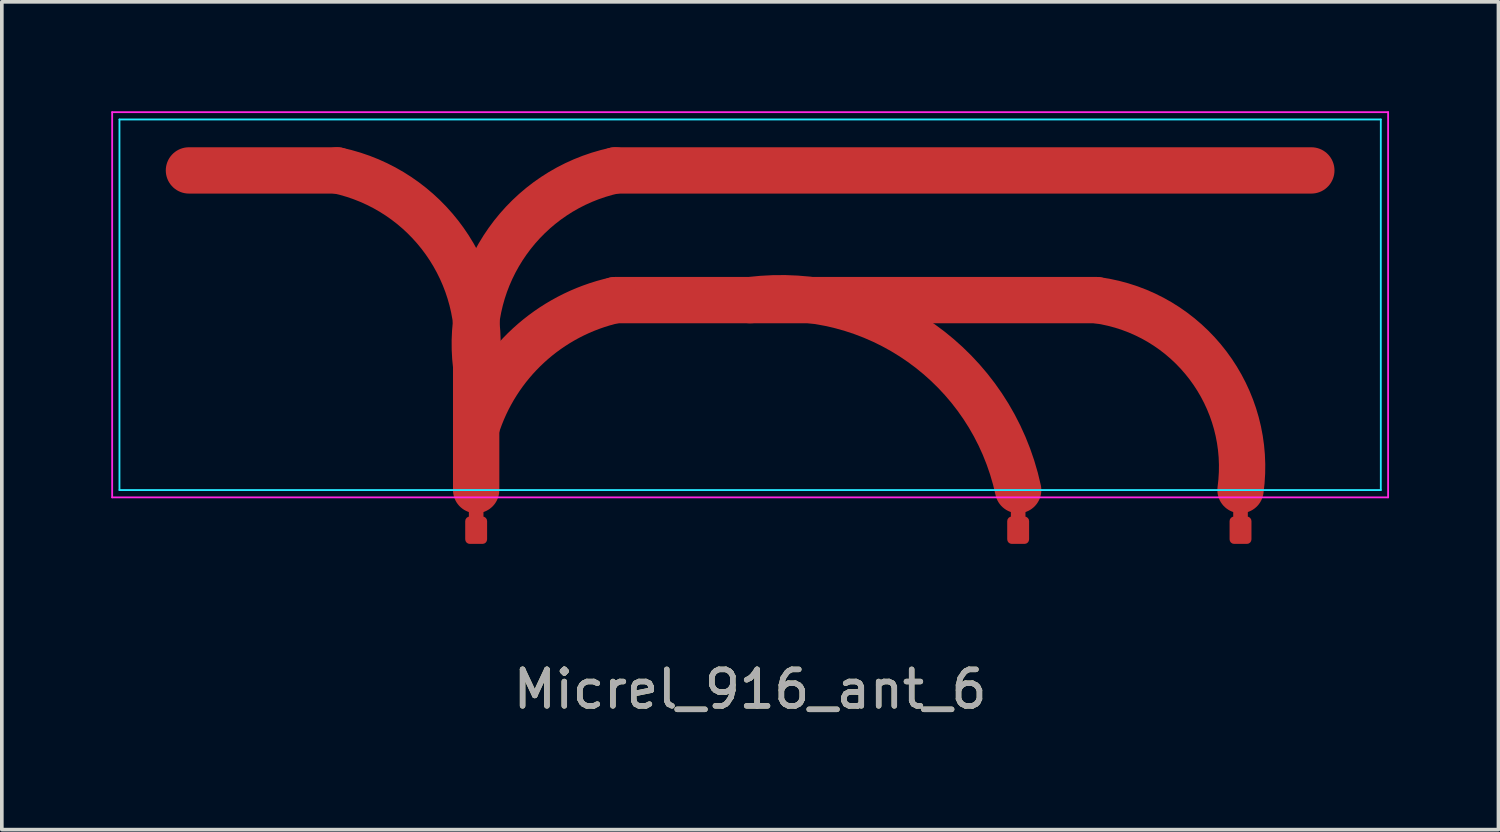
<source format=kicad_pcb>
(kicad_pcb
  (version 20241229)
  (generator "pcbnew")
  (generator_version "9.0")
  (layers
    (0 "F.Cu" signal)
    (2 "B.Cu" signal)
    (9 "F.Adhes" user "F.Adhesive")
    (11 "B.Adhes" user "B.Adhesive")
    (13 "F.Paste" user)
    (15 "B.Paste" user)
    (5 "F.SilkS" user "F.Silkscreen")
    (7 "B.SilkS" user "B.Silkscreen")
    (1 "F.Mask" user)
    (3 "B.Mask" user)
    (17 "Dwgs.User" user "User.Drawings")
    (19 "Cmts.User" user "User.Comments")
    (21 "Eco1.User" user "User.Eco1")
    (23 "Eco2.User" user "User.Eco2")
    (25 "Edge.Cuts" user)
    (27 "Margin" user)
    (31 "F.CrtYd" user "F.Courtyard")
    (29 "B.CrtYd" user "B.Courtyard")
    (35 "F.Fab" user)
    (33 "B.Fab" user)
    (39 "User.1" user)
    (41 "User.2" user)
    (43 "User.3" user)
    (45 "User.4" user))
  (footprint "Micrel_916_ant_6"
    (layer "F.Cu")
    (at 17.515 5.686)
    (property "Reference" "Micrel_916_ant_6" (at 0 10.16 0) (unlocked yes) (layer "F.SilkS") (effects (font (size 1 1) (thickness 0.15))))
    (attr smd)
    (fp_line (start -15.385 -4.064) (end -11.321 -4.064) (stroke (width 1.27) (type solid)) (layer "F.Cu"))
    (fp_line (start -7.511 -0.054) (end -7.511 4.699) (stroke (width 1.27) (type solid)) (layer "F.Cu"))
    (fp_line (start -7.511 4.699) (end -7.511 5.8) (stroke (width 0.4) (type solid)) (layer "F.Cu"))
    (fp_line (start -3.701 -4.064) (end 15.385 -4.064) (stroke (width 1.27) (type solid)) (layer "F.Cu"))
    (fp_line (start -3.701 -0.508) (end 9.5 -0.508) (stroke (width 1.27) (type solid)) (layer "F.Cu"))
    (fp_line (start 7.348 4.529) (end 7.348 5.63) (stroke (width 0.4) (type solid)) (layer "F.Cu"))
    (fp_line (start 13.444 4.529) (end 13.444 5.63) (stroke (width 0.4) (type solid)) (layer "F.Cu"))
    (fp_arc (start -11.321 -4.064) (mid -8.373027 -2.122814) (end -7.511 1.3) (stroke (width 1.27) (type solid)) (layer "F.Cu"))
    (fp_arc (start -7.511 1.3) (mid -6.648973 -2.122814) (end -3.701 -4.064) (stroke (width 1.27) (type solid)) (layer "F.Cu"))
    (fp_arc (start -7.511 3) (mid -6.075983 0.735557) (end -3.701 -0.508) (stroke (width 1.27) (type solid)) (layer "F.Cu"))
    (fp_arc (start 0 -0.508) (mid 4.686445 0.66676) (end 7.348 4.699) (stroke (width 1.27) (type solid)) (layer "F.Cu"))
    (fp_arc (start 9.5 -0.508) (mid 12.550405 1.278671) (end 13.444 4.699) (stroke (width 1.27) (type solid)) (layer "F.Cu"))
    (fp_line (start -17.29 -5.461) (end -17.29 4.699) (stroke (width 0.05) (type solid)) (layer "B.CrtYd"))
    (fp_line (start -17.29 -5.461) (end 17.29 -5.461) (stroke (width 0.05) (type solid)) (layer "B.CrtYd"))
    (fp_line (start 17.29 -5.461) (end 17.29 4.699) (stroke (width 0.05) (type solid)) (layer "B.CrtYd"))
    (fp_line (start 17.29 4.699) (end -17.29 4.699) (stroke (width 0.05) (type solid)) (layer "B.CrtYd"))
    (fp_line (start -17.49 -5.661) (end -17.49 4.899) (stroke (width 0.05) (type solid)) (layer "F.CrtYd"))
    (fp_line (start -17.49 -5.661) (end 17.49 -5.661) (stroke (width 0.05) (type solid)) (layer "F.CrtYd"))
    (fp_line (start 17.49 -5.661) (end 17.49 4.899) (stroke (width 0.05) (type solid)) (layer "F.CrtYd"))
    (fp_line (start 17.49 4.899) (end -17.49 4.899) (stroke (width 0.05) (type solid)) (layer "F.CrtYd"))
    (fp_text user "${REFERENCE}" (at 0 10.16 0) (unlocked yes) (layer "F.Fab") (effects (font (size 1 1) (thickness 0.15))))
    (pad "1" smd roundrect (at -7.511 5.8) (size 0.6 0.75) (layers "F.Cu") (roundrect_rratio 0.208))
    (pad "2" smd roundrect (at 7.348 5.8) (size 0.6 0.75) (layers "F.Cu") (roundrect_rratio 0.208))
    (pad "2" smd roundrect (at 13.444 5.8) (size 0.6 0.75) (layers "F.Cu") (roundrect_rratio 0.208))
    (zone (net_name "") (layers "F.Cu" "B.Cu" "F.CrtYd") (hatch full 0.508) (connect_pads) (min_thickness 0.254) (filled_areas_thickness no) (keepout (tracks allowed) (vias allowed) (pads allowed) (copperpour not_allowed) (footprints not_allowed)) (placement (enabled no)) (fill) (polygon (pts (xy 35.005 10.585) (xy 0.025 10.585) (xy 0.025 0.025) (xy 35.005 0.025)))))
  (gr_rect
    (start -3 -3)
    (end 38.03 19.694)
    (stroke (width 0.1) (type default))
    (fill no)
    (layer "Edge.Cuts")))
</source>
